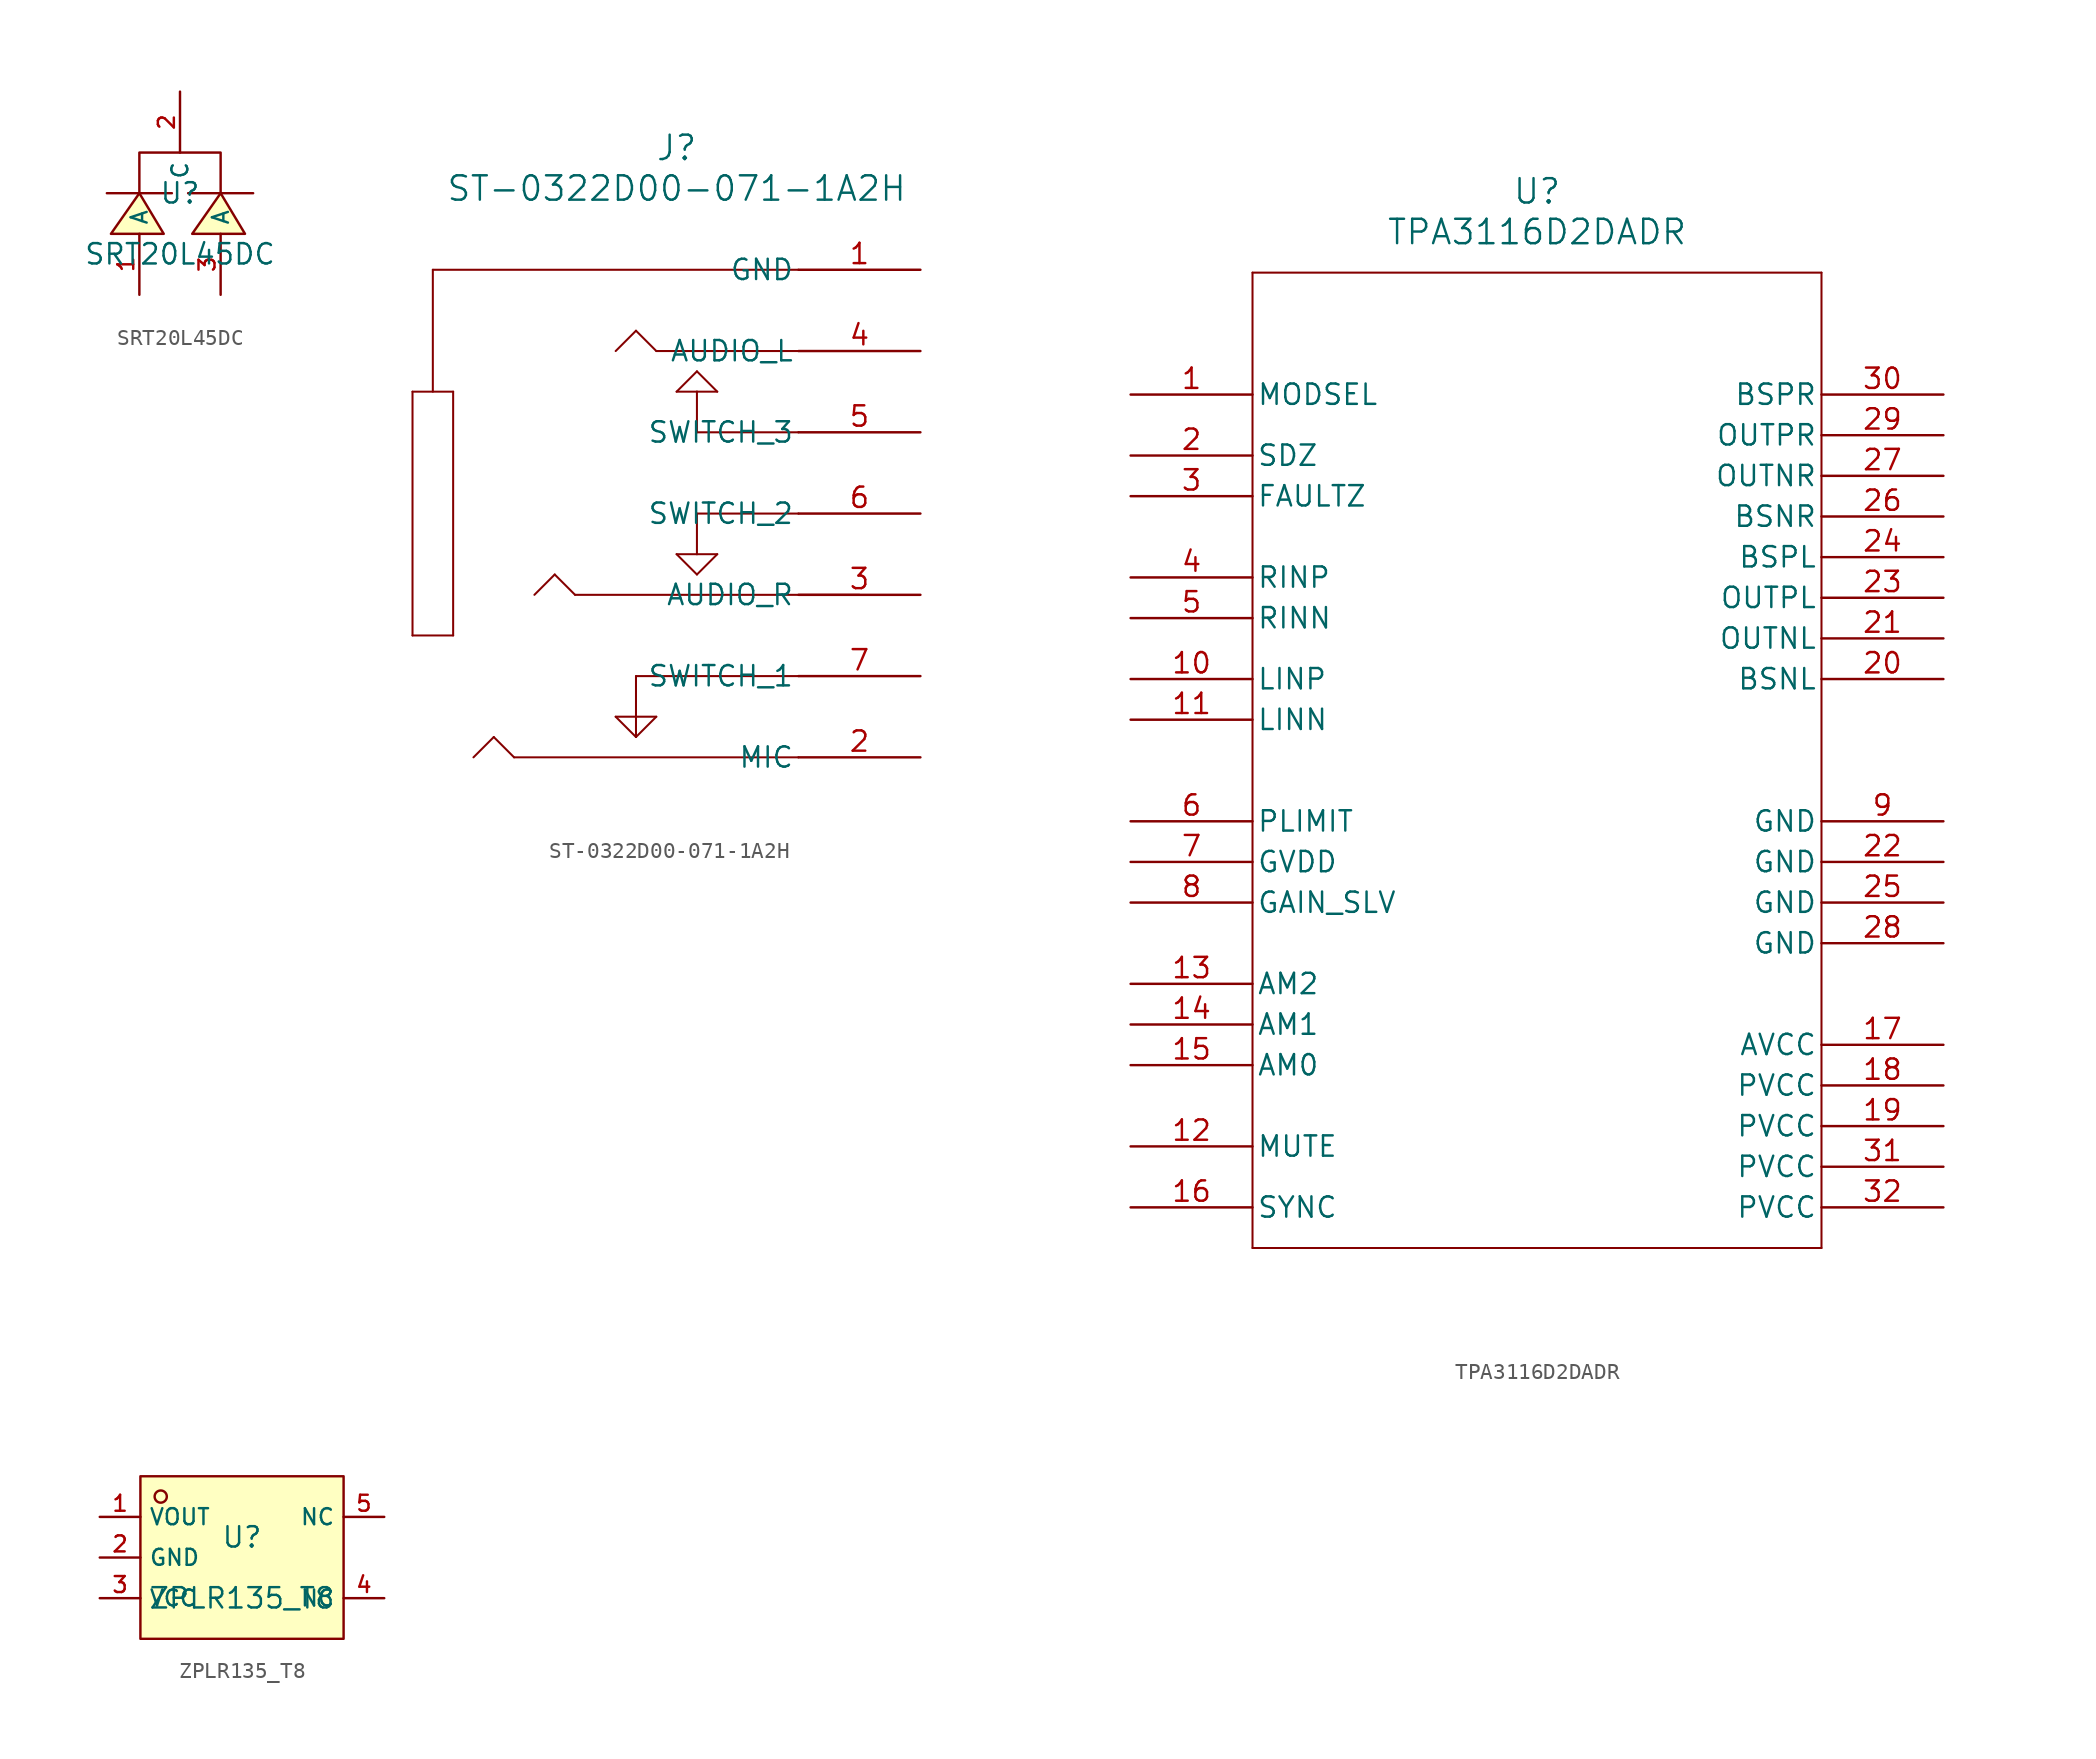
<source format=kicad_sym>
(kicad_symbol_lib
  (version 20231120)
  (generator "kicad_symbol_editor")
  (generator_version "8.0")
  (symbol "SRT20L45DC"
    (property "Reference" "U"
      (at 0 1.27 0)
      (effects (font (size 1.27 1.27))))
    (property "Value" "SRT20L45DC"
      (at 0 -2.54 0)
      (effects (font (size 1.27 1.27))))
    (symbol "SRT20L45DC_0_1"
      (polyline (pts (xy -4.572 1.27) (xy -0.508 1.27)) (stroke (width 0) (type default)) (fill (type none)))
      (polyline (pts (xy 0.508 1.27) (xy 4.572 1.27)) (stroke (width 0) (type default)) (fill (type none)))
      (polyline (pts (xy -2.54 1.27) (xy -2.54 3.81) (xy 2.54 3.81) (xy 2.54 1.27)) (stroke (width 0) (type default)) (fill (type none)))
      (polyline (pts (xy -1.016 -1.27) (xy -2.54 1.27) (xy -4.318 -1.27) (xy -1.016 -1.27)) (stroke (width 0) (type default)) (fill (type background)))
      (polyline (pts (xy 4.064 -1.27) (xy 2.54 1.27) (xy 0.762 -1.27) (xy 4.064 -1.27)) (stroke (width 0) (type default)) (fill (type background)))
      (pin unspecified line (at -2.54 -5.08 90) (length 3.81) (name "A" (effects (font (size 1 1)))) (number "1" (effects (font (size 1 1)))))
      (pin unspecified line (at 0 7.62 270) (length 3.81) (name "C" (effects (font (size 1 1)))) (number "2" (effects (font (size 1 1)))))
      (pin unspecified line (at 2.54 -5.08 90) (length 3.81) (name "A" (effects (font (size 1 1)))) (number "3" (effects (font (size 1 1)))))))
  (symbol "ST-0322D00-071-1A2H"
    (pin_names
      (offset 0.254))
    (property "Reference" "J"
      (at -15.24 7.62 0)
      (effects (font (size 1.524 1.524))))
    (property "Value" "ST-0322D00-071-1A2H"
      (at -15.24 5.08 0)
      (effects (font (size 1.524 1.524))))
    (property "ki_locked" ""
      (at 0 0 0)
      (effects (font (size 1.27 1.27))))
    (symbol "ST-0322D00-071-1A2H_0_1"
      (polyline (pts (xy -31.75 -22.86) (xy -31.75 -7.62)) (stroke (width 0.127) (type default)) (fill (type none)))
      (polyline (pts (xy -31.75 -7.62) (xy -29.21 -7.62)) (stroke (width 0.127) (type default)) (fill (type none)))
      (polyline (pts (xy -30.48 0) (xy -30.48 -7.62)) (stroke (width 0.127) (type default)) (fill (type none)))
      (polyline (pts (xy -29.21 -22.86) (xy -31.75 -22.86)) (stroke (width 0.127) (type default)) (fill (type none)))
      (polyline (pts (xy -29.21 -7.62) (xy -29.21 -22.86)) (stroke (width 0.127) (type default)) (fill (type none)))
      (polyline (pts (xy -26.67 -29.21) (xy -27.94 -30.48)) (stroke (width 0.127) (type default)) (fill (type none)))
      (polyline (pts (xy -26.67 -29.21) (xy -25.4 -30.48)) (stroke (width 0.127) (type default)) (fill (type none)))
      (polyline (pts (xy -22.86 -19.05) (xy -24.13 -20.32)) (stroke (width 0.127) (type default)) (fill (type none)))
      (polyline (pts (xy -22.86 -19.05) (xy -21.59 -20.32)) (stroke (width 0.127) (type default)) (fill (type none)))
      (polyline (pts (xy -19.05 -27.94) (xy -17.78 -27.94)) (stroke (width 0.127) (type default)) (fill (type none)))
      (polyline (pts (xy -17.78 -29.21) (xy -19.05 -27.94)) (stroke (width 0.127) (type default)) (fill (type none)))
      (polyline (pts (xy -17.78 -29.21) (xy -16.51 -27.94)) (stroke (width 0.127) (type default)) (fill (type none)))
      (polyline (pts (xy -17.78 -27.94) (xy -16.51 -27.94)) (stroke (width 0.127) (type default)) (fill (type none)))
      (polyline (pts (xy -17.78 -25.4) (xy -17.78 -29.21)) (stroke (width 0.127) (type default)) (fill (type none)))
      (polyline (pts (xy -17.78 -3.81) (xy -19.05 -5.08)) (stroke (width 0.127) (type default)) (fill (type none)))
      (polyline (pts (xy -17.78 -3.81) (xy -16.51 -5.08)) (stroke (width 0.127) (type default)) (fill (type none)))
      (polyline (pts (xy -15.24 -7.62) (xy -13.97 -6.35)) (stroke (width 0.127) (type default)) (fill (type none)))
      (polyline (pts (xy -13.97 -19.05) (xy -15.24 -17.78)) (stroke (width 0.127) (type default)) (fill (type none)))
      (polyline (pts (xy -13.97 -17.78) (xy -15.24 -17.78)) (stroke (width 0.127) (type default)) (fill (type none)))
      (polyline (pts (xy -13.97 -17.78) (xy -12.7 -17.78)) (stroke (width 0.127) (type default)) (fill (type none)))
      (polyline (pts (xy -13.97 -15.24) (xy -13.97 -17.78)) (stroke (width 0.127) (type default)) (fill (type none)))
      (polyline (pts (xy -13.97 -10.16) (xy -13.97 -7.62)) (stroke (width 0.127) (type default)) (fill (type none)))
      (polyline (pts (xy -13.97 -7.62) (xy -15.24 -7.62)) (stroke (width 0.127) (type default)) (fill (type none)))
      (polyline (pts (xy -13.97 -7.62) (xy -12.7 -7.62)) (stroke (width 0.127) (type default)) (fill (type none)))
      (polyline (pts (xy -12.7 -17.78) (xy -13.97 -19.05)) (stroke (width 0.127) (type default)) (fill (type none)))
      (polyline (pts (xy -12.7 -7.62) (xy -13.97 -6.35)) (stroke (width 0.127) (type default)) (fill (type none)))
      (polyline (pts (xy -7.62 -30.48) (xy -25.4 -30.48)) (stroke (width 0.127) (type default)) (fill (type none)))
      (polyline (pts (xy -7.62 -25.4) (xy -17.78 -25.4)) (stroke (width 0.127) (type default)) (fill (type none)))
      (polyline (pts (xy -7.62 -15.24) (xy -13.97 -15.24)) (stroke (width 0.127) (type default)) (fill (type none)))
      (polyline (pts (xy -7.62 -10.16) (xy -13.97 -10.16)) (stroke (width 0.127) (type default)) (fill (type none)))
      (polyline (pts (xy -7.62 -5.08) (xy -16.51 -5.08)) (stroke (width 0.127) (type default)) (fill (type none)))
      (polyline (pts (xy -7.62 0) (xy -30.48 0)) (stroke (width 0.127) (type default)) (fill (type none)))
      (polyline (pts (xy -3.81 -20.32) (xy -21.59 -20.32)) (stroke (width 0.127) (type default)) (fill (type none)))
      (pin power_out line (at 0 0 180) (length 7.62) (name "GND" (effects (font (size 1.27 1.27)))) (number "1" (effects (font (size 1.27 1.27)))))
      (pin unspecified line (at 0 -30.48 180) (length 7.62) (name "MIC" (effects (font (size 1.27 1.27)))) (number "2" (effects (font (size 1.27 1.27)))))
      (pin unspecified line (at 0 -20.32 180) (length 7.62) (name "AUDIO_R" (effects (font (size 1.27 1.27)))) (number "3" (effects (font (size 1.27 1.27)))))
      (pin unspecified line (at 0 -5.08 180) (length 7.62) (name "AUDIO_L" (effects (font (size 1.27 1.27)))) (number "4" (effects (font (size 1.27 1.27)))))
      (pin unspecified line (at 0 -10.16 180) (length 7.62) (name "SWITCH_3" (effects (font (size 1.27 1.27)))) (number "5" (effects (font (size 1.27 1.27)))))
      (pin bidirectional line (at 0 -15.24 180) (length 7.62) (name "SWITCH_2" (effects (font (size 1.27 1.27)))) (number "6" (effects (font (size 1.27 1.27)))))
      (pin bidirectional line (at 0 -25.4 180) (length 7.62) (name "SWITCH_1" (effects (font (size 1.27 1.27)))) (number "7" (effects (font (size 1.27 1.27)))))))
  (symbol "TPA3116D2DADR"
    (pin_names
      (offset 0.254))
    (property "Reference" "U"
      (at 25.4 12.7 0)
      (effects (font (size 1.524 1.524))))
    (property "Value" "TPA3116D2DADR"
      (at 25.4 10.16 0)
      (effects (font (size 1.524 1.524))))
    (symbol "TPA3116D2DADR_1_1"
      (polyline (pts (xy 7.62 -53.34) (xy 43.18 -53.34)) (stroke (width 0.127) (type default)) (fill (type none)))
      (polyline (pts (xy 7.62 7.62) (xy 7.62 -53.34)) (stroke (width 0.127) (type default)) (fill (type none)))
      (polyline (pts (xy 43.18 -53.34) (xy 43.18 7.62)) (stroke (width 0.127) (type default)) (fill (type none)))
      (polyline (pts (xy 43.18 7.62) (xy 7.62 7.62)) (stroke (width 0.127) (type default)) (fill (type none)))
      (pin input line (at 0 0 0) (length 7.62) (name "MODSEL" (effects (font (size 1.27 1.27)))) (number "1" (effects (font (size 1.27 1.27)))))
      (pin input line (at 0 -17.78 0) (length 7.62) (name "LINP" (effects (font (size 1.27 1.27)))) (number "10" (effects (font (size 1.27 1.27)))))
      (pin input line (at 0 -20.32 0) (length 7.62) (name "LINN" (effects (font (size 1.27 1.27)))) (number "11" (effects (font (size 1.27 1.27)))))
      (pin input line (at 0 -46.99 0) (length 7.62) (name "MUTE" (effects (font (size 1.27 1.27)))) (number "12" (effects (font (size 1.27 1.27)))))
      (pin input line (at 0 -36.83 0) (length 7.62) (name "AM2" (effects (font (size 1.27 1.27)))) (number "13" (effects (font (size 1.27 1.27)))))
      (pin input line (at 0 -39.37 0) (length 7.62) (name "AM1" (effects (font (size 1.27 1.27)))) (number "14" (effects (font (size 1.27 1.27)))))
      (pin input line (at 0 -41.91 0) (length 7.62) (name "AM0" (effects (font (size 1.27 1.27)))) (number "15" (effects (font (size 1.27 1.27)))))
      (pin bidirectional line (at 0 -50.8 0) (length 7.62) (name "SYNC" (effects (font (size 1.27 1.27)))) (number "16" (effects (font (size 1.27 1.27)))))
      (pin power_in line (at 50.8 -40.64 180) (length 7.62) (name "AVCC" (effects (font (size 1.27 1.27)))) (number "17" (effects (font (size 1.27 1.27)))))
      (pin power_in line (at 50.8 -43.18 180) (length 7.62) (name "PVCC" (effects (font (size 1.27 1.27)))) (number "18" (effects (font (size 1.27 1.27)))))
      (pin power_in line (at 50.8 -45.72 180) (length 7.62) (name "PVCC" (effects (font (size 1.27 1.27)))) (number "19" (effects (font (size 1.27 1.27)))))
      (pin input line (at 0 -3.81 0) (length 7.62) (name "SDZ" (effects (font (size 1.27 1.27)))) (number "2" (effects (font (size 1.27 1.27)))))
      (pin unspecified line (at 50.8 -17.78 180) (length 7.62) (name "BSNL" (effects (font (size 1.27 1.27)))) (number "20" (effects (font (size 1.27 1.27)))))
      (pin tri_state line (at 50.8 -15.24 180) (length 7.62) (name "OUTNL" (effects (font (size 1.27 1.27)))) (number "21" (effects (font (size 1.27 1.27)))))
      (pin power_in line (at 50.8 -29.21 180) (length 7.62) (name "GND" (effects (font (size 1.27 1.27)))) (number "22" (effects (font (size 1.27 1.27)))))
      (pin tri_state line (at 50.8 -12.7 180) (length 7.62) (name "OUTPL" (effects (font (size 1.27 1.27)))) (number "23" (effects (font (size 1.27 1.27)))))
      (pin unspecified line (at 50.8 -10.16 180) (length 7.62) (name "BSPL" (effects (font (size 1.27 1.27)))) (number "24" (effects (font (size 1.27 1.27)))))
      (pin power_in line (at 50.8 -31.75 180) (length 7.62) (name "GND" (effects (font (size 1.27 1.27)))) (number "25" (effects (font (size 1.27 1.27)))))
      (pin unspecified line (at 50.8 -7.62 180) (length 7.62) (name "BSNR" (effects (font (size 1.27 1.27)))) (number "26" (effects (font (size 1.27 1.27)))))
      (pin tri_state line (at 50.8 -5.08 180) (length 7.62) (name "OUTNR" (effects (font (size 1.27 1.27)))) (number "27" (effects (font (size 1.27 1.27)))))
      (pin power_in line (at 50.8 -34.29 180) (length 7.62) (name "GND" (effects (font (size 1.27 1.27)))) (number "28" (effects (font (size 1.27 1.27)))))
      (pin tri_state line (at 50.8 -2.54 180) (length 7.62) (name "OUTPR" (effects (font (size 1.27 1.27)))) (number "29" (effects (font (size 1.27 1.27)))))
      (pin open_collector line (at 0 -6.35 0) (length 7.62) (name "FAULTZ" (effects (font (size 1.27 1.27)))) (number "3" (effects (font (size 1.27 1.27)))))
      (pin unspecified line (at 50.8 0 180) (length 7.62) (name "BSPR" (effects (font (size 1.27 1.27)))) (number "30" (effects (font (size 1.27 1.27)))))
      (pin power_in line (at 50.8 -48.26 180) (length 7.62) (name "PVCC" (effects (font (size 1.27 1.27)))) (number "31" (effects (font (size 1.27 1.27)))))
      (pin power_in line (at 50.8 -50.8 180) (length 7.62) (name "PVCC" (effects (font (size 1.27 1.27)))) (number "32" (effects (font (size 1.27 1.27)))))
      (pin input line (at 0 -11.43 0) (length 7.62) (name "RINP" (effects (font (size 1.27 1.27)))) (number "4" (effects (font (size 1.27 1.27)))))
      (pin input line (at 0 -13.97 0) (length 7.62) (name "RINN" (effects (font (size 1.27 1.27)))) (number "5" (effects (font (size 1.27 1.27)))))
      (pin input line (at 0 -26.67 0) (length 7.62) (name "PLIMIT" (effects (font (size 1.27 1.27)))) (number "6" (effects (font (size 1.27 1.27)))))
      (pin unspecified line (at 0 -29.21 0) (length 7.62) (name "GVDD" (effects (font (size 1.27 1.27)))) (number "7" (effects (font (size 1.27 1.27)))))
      (pin input line (at 0 -31.75 0) (length 7.62) (name "GAIN_SLV" (effects (font (size 1.27 1.27)))) (number "8" (effects (font (size 1.27 1.27)))))
      (pin power_in line (at 50.8 -26.67 180) (length 7.62) (name "GND" (effects (font (size 1.27 1.27)))) (number "9" (effects (font (size 1.27 1.27)))))))
  (symbol "ZPLR135_T8"
    (property "Reference" "U"
      (at 0 1.27 0)
      (effects (font (size 1.27 1.27))))
    (property "Value" "ZPLR135_T8"
      (at 0 -2.54 0)
      (effects (font (size 1.27 1.27))))
    (symbol "ZPLR135_T8_0_1"
      (rectangle (start -6.35 5.08) (end 6.35 -5.08) (stroke (width 0) (type default)) (fill (type background)))
      (circle (center -5.08 3.81) (radius 0.381) (stroke (width 0) (type default)) (fill (type background)))
      (pin unspecified line (at -8.89 2.54 0) (length 2.54) (name "VOUT" (effects (font (size 1 1)))) (number "1" (effects (font (size 1 1)))))
      (pin unspecified line (at -8.89 0 0) (length 2.54) (name "GND" (effects (font (size 1 1)))) (number "2" (effects (font (size 1 1)))))
      (pin unspecified line (at -8.89 -2.54 0) (length 2.54) (name "VCC" (effects (font (size 1 1)))) (number "3" (effects (font (size 1 1)))))
      (pin unspecified line (at 8.89 -2.54 180) (length 2.54) (name "NC" (effects (font (size 1 1)))) (number "4" (effects (font (size 1 1)))))
      (pin unspecified line (at 8.89 2.54 180) (length 2.54) (name "NC" (effects (font (size 1 1)))) (number "5" (effects (font (size 1 1))))))))
</source>
